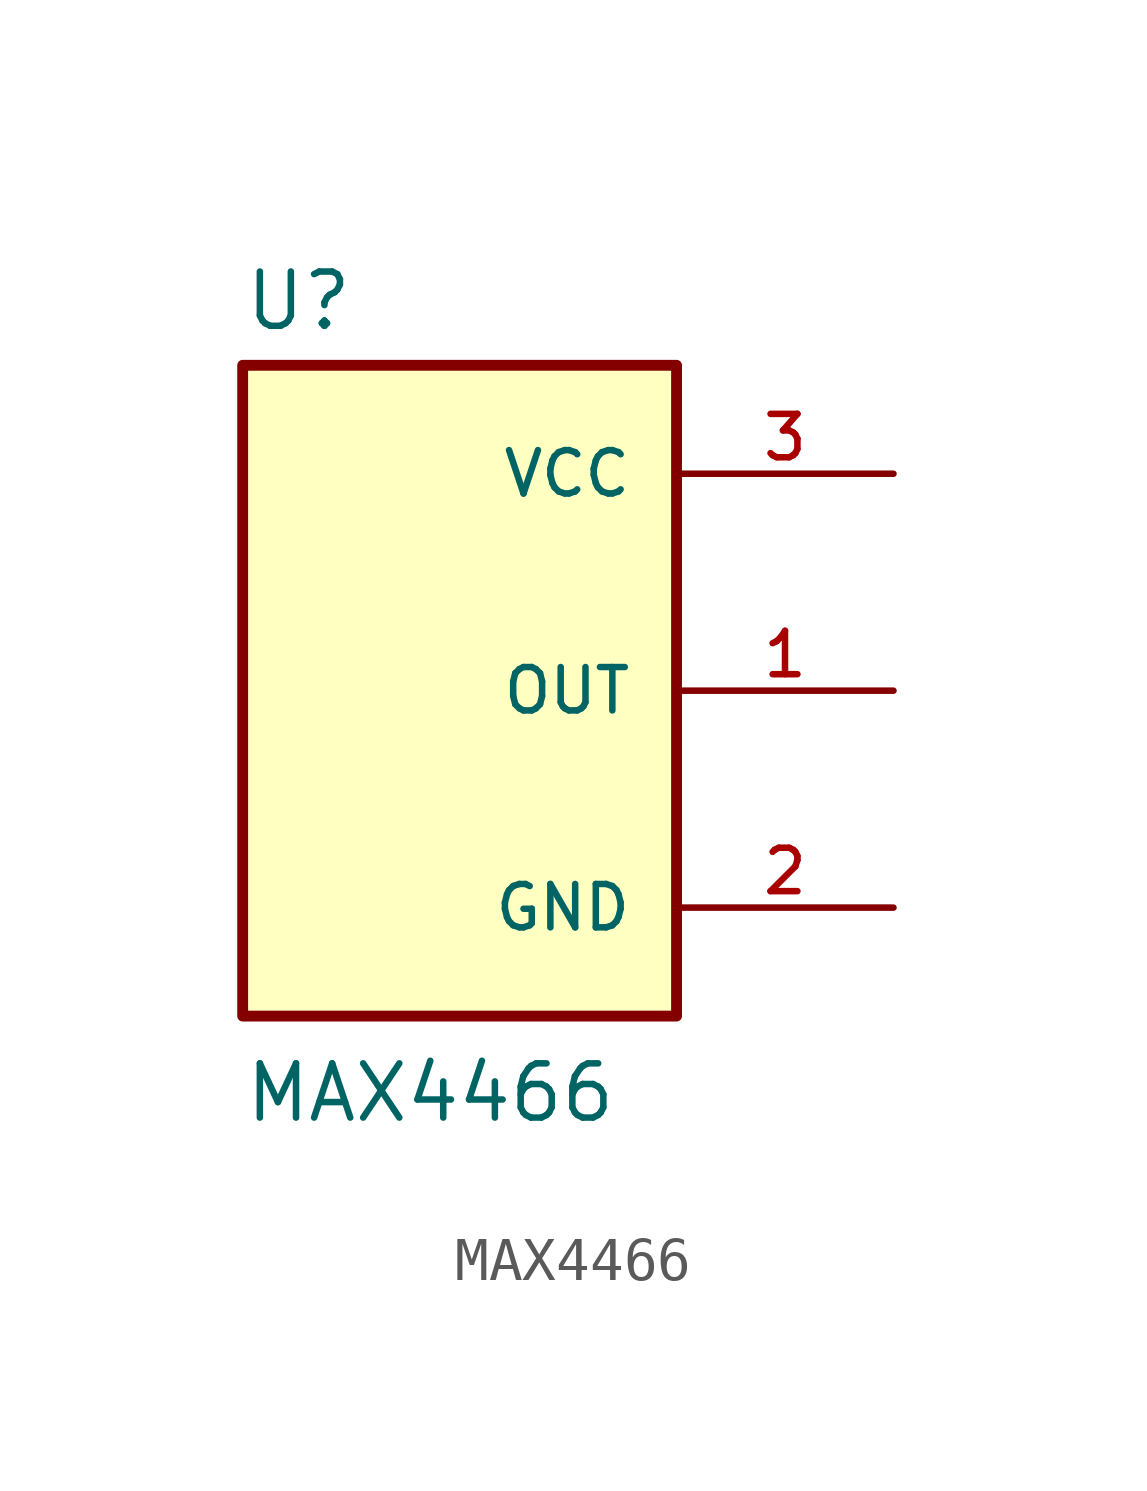
<source format=kicad_sym>
(kicad_symbol_lib
  (version 20241209)
  (generator "kicad_symbol_editor")
  (generator_version "9.0")
  (symbol "MAX4466"
    (pin_names
      (offset 1.016))
    (property "Reference" "U"
      (at -5.08 8.382 0)
      (effects (font (size 1.27 1.27)) (justify left bottom)))
    (property "Value" "MAX4466"
      (at -5.08 -10.16 0)
      (effects (font (size 1.27 1.27)) (justify left bottom)))
    (symbol "MAX4466_0_0"
      (rectangle (start -5.08 7.62) (end 5.08 -7.62) (stroke (width 0.254) (type default)) (fill (type background)))
      (pin power_in line (at 10.16 5.08 180) (length 5.08) (name "VCC" (effects (font (size 1.016 1.016)))) (number "3" (effects (font (size 1.016 1.016)))))
      (pin output line (at 10.16 0 180) (length 5.08) (name "OUT" (effects (font (size 1.016 1.016)))) (number "1" (effects (font (size 1.016 1.016)))))
      (pin power_in line (at 10.16 -5.08 180) (length 5.08) (name "GND" (effects (font (size 1.016 1.016)))) (number "2" (effects (font (size 1.016 1.016))))))))
</source>
